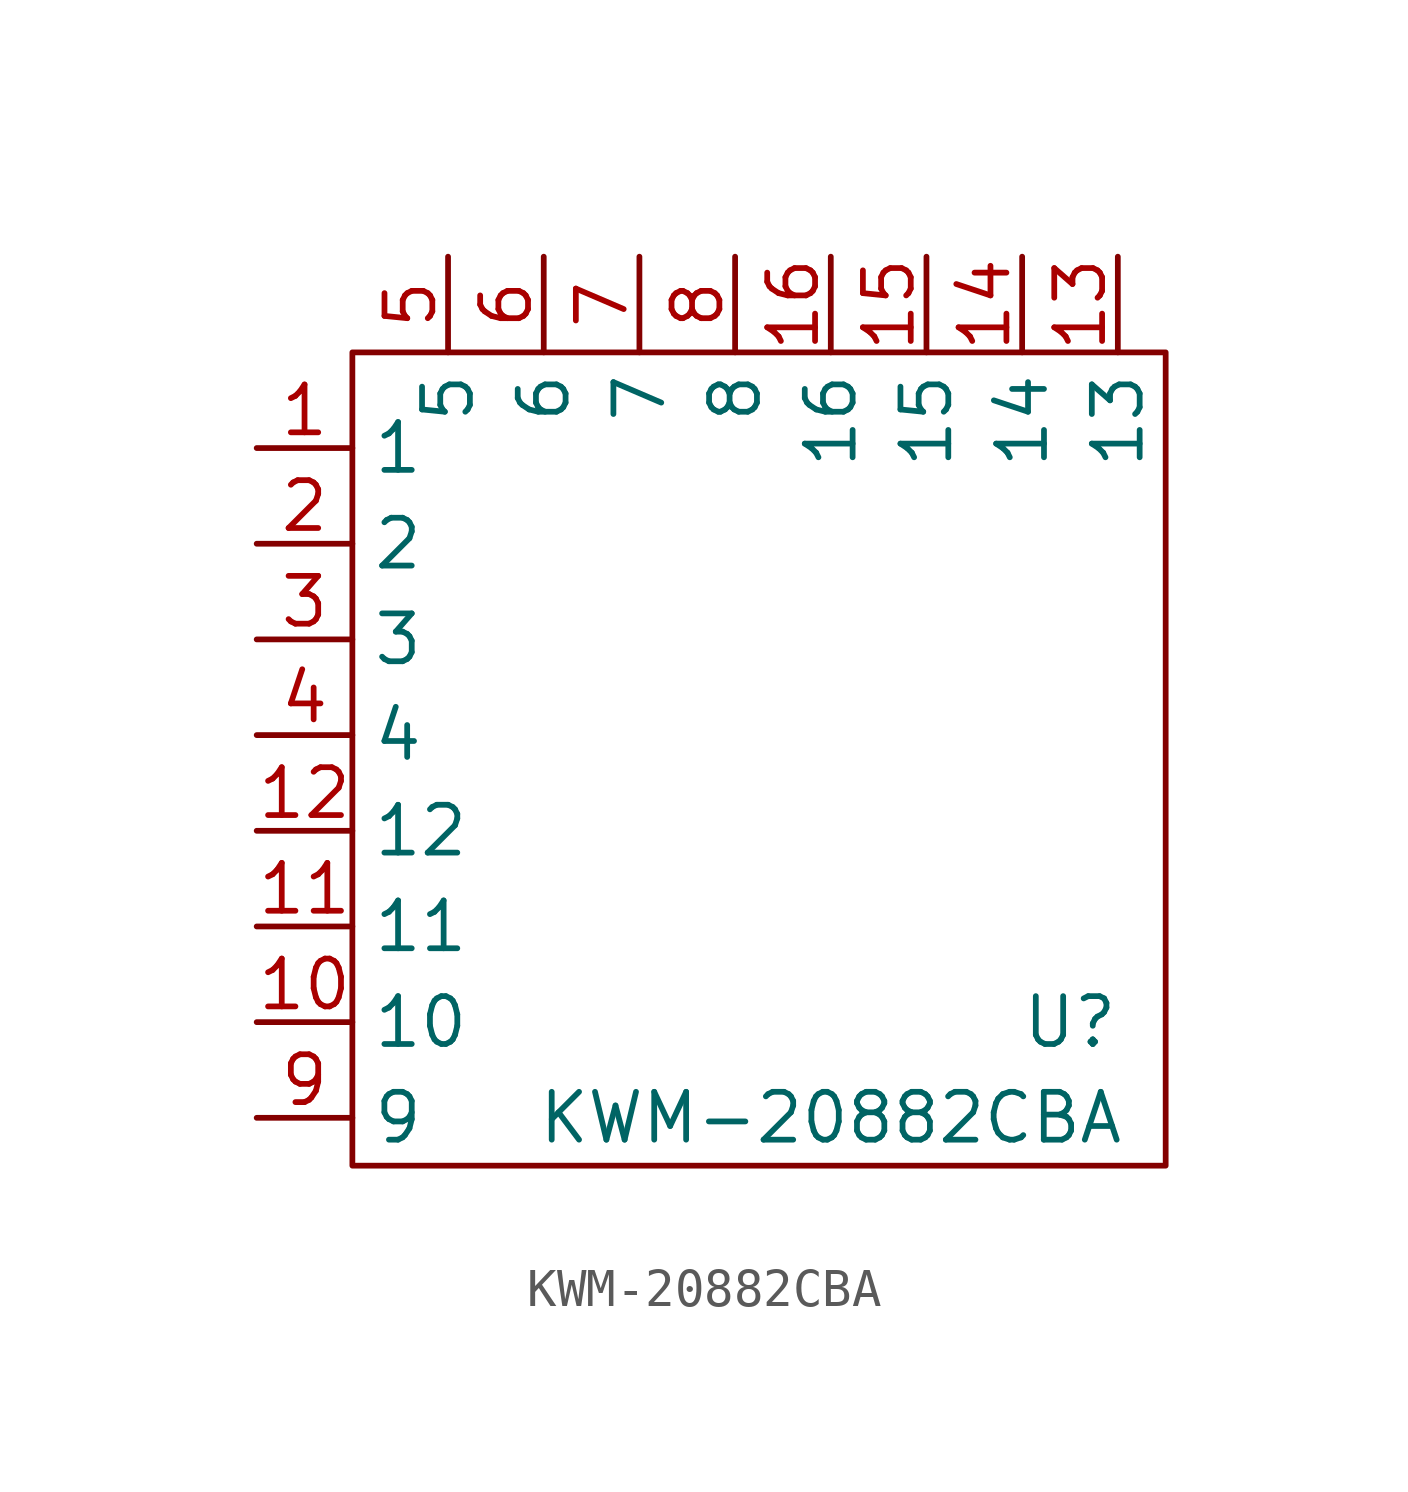
<source format=kicad_sym>
(kicad_symbol_lib
  (version 20211014)
  (generator kicad_symbol_editor)
  (symbol "KWM-20882CBA"
    (property "Reference" "U"
      (at 15.24 -6.35 0)
      (effects (font (size 1.27 1.27))))
    (property "Value" "KWM-20882CBA"
      (at 8.89 -8.89 0)
      (effects (font (size 1.27 1.27))))
    (symbol "KWM-20882CBA_0_1"
      (rectangle (start -3.81 11.43) (end 17.78 -10.16) (stroke (width 0) (type default) (color 0 0 0 0)) (fill (type none))))
    (symbol "KWM-20882CBA_1_1"
      (pin bidirectional line (at -6.35 8.89 0) (length 2.54) (name "1" (effects (font (size 1.27 1.27)))) (number "1" (effects (font (size 1.27 1.27)))))
      (pin bidirectional line (at -6.35 -6.35 0) (length 2.54) (name "10" (effects (font (size 1.27 1.27)))) (number "10" (effects (font (size 1.27 1.27)))))
      (pin bidirectional line (at -6.35 -3.81 0) (length 2.54) (name "11" (effects (font (size 1.27 1.27)))) (number "11" (effects (font (size 1.27 1.27)))))
      (pin bidirectional line (at -6.35 -1.27 0) (length 2.54) (name "12" (effects (font (size 1.27 1.27)))) (number "12" (effects (font (size 1.27 1.27)))))
      (pin bidirectional line (at 16.51 13.97 270) (length 2.54) (name "13" (effects (font (size 1.27 1.27)))) (number "13" (effects (font (size 1.27 1.27)))))
      (pin bidirectional line (at 13.97 13.97 270) (length 2.54) (name "14" (effects (font (size 1.27 1.27)))) (number "14" (effects (font (size 1.27 1.27)))))
      (pin bidirectional line (at 11.43 13.97 270) (length 2.54) (name "15" (effects (font (size 1.27 1.27)))) (number "15" (effects (font (size 1.27 1.27)))))
      (pin bidirectional line (at 8.89 13.97 270) (length 2.54) (name "16" (effects (font (size 1.27 1.27)))) (number "16" (effects (font (size 1.27 1.27)))))
      (pin bidirectional line (at -6.35 6.35 0) (length 2.54) (name "2" (effects (font (size 1.27 1.27)))) (number "2" (effects (font (size 1.27 1.27)))))
      (pin bidirectional line (at -6.35 3.81 0) (length 2.54) (name "3" (effects (font (size 1.27 1.27)))) (number "3" (effects (font (size 1.27 1.27)))))
      (pin bidirectional line (at -6.35 1.27 0) (length 2.54) (name "4" (effects (font (size 1.27 1.27)))) (number "4" (effects (font (size 1.27 1.27)))))
      (pin bidirectional line (at -1.27 13.97 270) (length 2.54) (name "5" (effects (font (size 1.27 1.27)))) (number "5" (effects (font (size 1.27 1.27)))))
      (pin bidirectional line (at 1.27 13.97 270) (length 2.54) (name "6" (effects (font (size 1.27 1.27)))) (number "6" (effects (font (size 1.27 1.27)))))
      (pin bidirectional line (at 3.81 13.97 270) (length 2.54) (name "7" (effects (font (size 1.27 1.27)))) (number "7" (effects (font (size 1.27 1.27)))))
      (pin bidirectional line (at 6.35 13.97 270) (length 2.54) (name "8" (effects (font (size 1.27 1.27)))) (number "8" (effects (font (size 1.27 1.27)))))
      (pin bidirectional line (at -6.35 -8.89 0) (length 2.54) (name "9" (effects (font (size 1.27 1.27)))) (number "9" (effects (font (size 1.27 1.27))))))))
</source>
